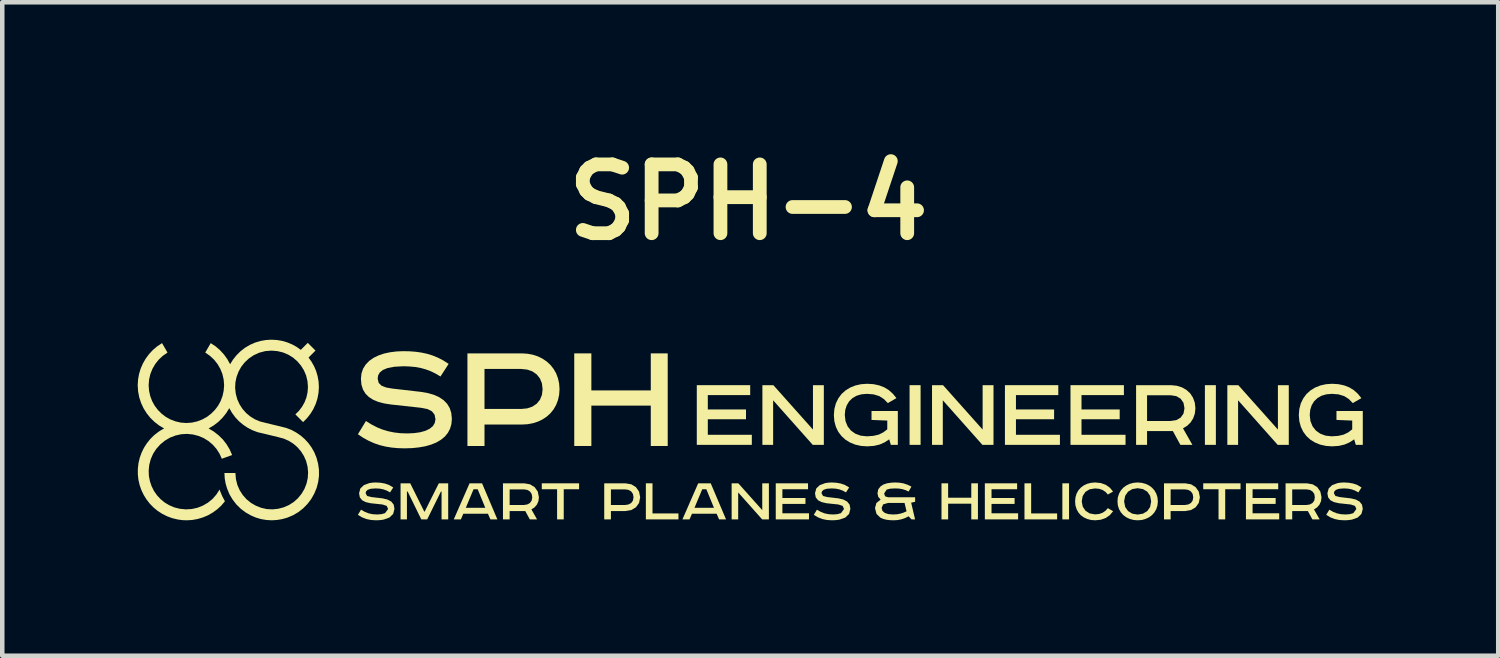
<source format=kicad_pcb>
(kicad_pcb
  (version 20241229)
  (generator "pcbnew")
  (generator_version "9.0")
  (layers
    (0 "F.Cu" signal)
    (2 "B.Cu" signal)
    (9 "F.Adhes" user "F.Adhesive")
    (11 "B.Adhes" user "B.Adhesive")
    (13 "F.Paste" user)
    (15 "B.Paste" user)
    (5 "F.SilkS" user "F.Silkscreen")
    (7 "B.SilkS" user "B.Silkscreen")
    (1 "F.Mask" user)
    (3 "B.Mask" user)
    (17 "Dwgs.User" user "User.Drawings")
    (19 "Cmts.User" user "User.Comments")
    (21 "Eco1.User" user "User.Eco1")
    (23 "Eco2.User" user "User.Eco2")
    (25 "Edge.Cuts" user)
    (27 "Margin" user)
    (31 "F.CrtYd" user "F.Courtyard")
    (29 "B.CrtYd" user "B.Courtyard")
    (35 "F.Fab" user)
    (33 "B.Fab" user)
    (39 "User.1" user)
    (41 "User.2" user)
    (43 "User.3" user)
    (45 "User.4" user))
  (footprint "SPH-4"
    (layer "F.Cu")
    (at 13.524 6.474)
    (property "Reference" "SPH-4" (at 0 -5.048 0) (layer "F.SilkS") (effects (font (size 1.524 1.524) (thickness 0.305))))
    (attr smd)
    (fp_poly (pts (xy 3.816 0.329) (xy 3.572 0.329) (xy 3.572 -0.993) (xy 3.816 -0.993) (xy 3.816 0.329)) (stroke (width 0) (type solid)) (fill yes) (layer "F.SilkS"))
    (fp_poly (pts (xy 7.104 1.98) (xy 6.956 1.98) (xy 6.956 1.181) (xy 7.104 1.181) (xy 7.104 1.98)) (stroke (width 0) (type solid)) (fill yes) (layer "F.SilkS"))
    (fp_poly (pts (xy 10.356 0.329) (xy 10.113 0.329) (xy 10.113 -0.993) (xy 10.356 -0.993) (xy 10.356 0.329)) (stroke (width 0) (type solid)) (fill yes) (layer "F.SilkS"))
    (fp_poly (pts (xy -2.122 1.181) (xy -2.122 1.848) (xy -1.547 1.848) (xy -1.547 1.98) (xy -2.269 1.98) (xy -2.269 1.181) (xy -2.122 1.181)) (stroke (width 0) (type solid)) (fill yes) (layer "F.SilkS"))
    (fp_poly (pts (xy 6.265 1.181) (xy 6.265 1.848) (xy 6.84 1.848) (xy 6.84 1.98) (xy 6.117 1.98) (xy 6.117 1.181) (xy 6.265 1.181)) (stroke (width 0) (type solid)) (fill yes) (layer "F.SilkS"))
    (fp_poly (pts (xy -3.748 1.181) (xy -3.748 1.312) (xy -4.088 1.312) (xy -4.088 1.98) (xy -4.235 1.98) (xy -4.235 1.312) (xy -4.574 1.312) (xy -4.574 1.181) (xy -3.748 1.181)) (stroke (width 0) (type solid)) (fill yes) (layer "F.SilkS"))
    (fp_poly (pts (xy 10.902 1.181) (xy 10.902 1.312) (xy 10.563 1.312) (xy 10.563 1.98) (xy 10.415 1.98) (xy 10.415 1.312) (xy 10.076 1.312) (xy 10.076 1.181) (xy 10.902 1.181)) (stroke (width 0) (type solid)) (fill yes) (layer "F.SilkS"))
    (fp_poly (pts (xy -0.221 1.181) (xy 0.309 1.775) (xy 0.309 1.181) (xy 0.456 1.181) (xy 0.456 1.98) (xy 0.307 1.98) (xy -0.224 1.383) (xy -0.224 1.98) (xy -0.369 1.98) (xy -0.369 1.181) (xy -0.221 1.181)) (stroke (width 0) (type solid)) (fill yes) (layer "F.SilkS"))
    (fp_poly (pts (xy 0.555 -0.993) (xy 1.432 -0.01) (xy 1.432 -0.993) (xy 1.673 -0.993) (xy 1.673 0.329) (xy 1.427 0.329) (xy 0.55 -0.658) (xy 0.55 0.329) (xy 0.312 0.329) (xy 0.312 -0.993) (xy 0.555 -0.993)) (stroke (width 0) (type solid)) (fill yes) (layer "F.SilkS"))
    (fp_poly (pts (xy 4.313 -0.993) (xy 5.19 -0.01) (xy 5.19 -0.993) (xy 5.431 -0.993) (xy 5.431 0.329) (xy 5.185 0.329) (xy 4.308 -0.658) (xy 4.308 0.329) (xy 4.069 0.329) (xy 4.069 -0.993) (xy 4.313 -0.993)) (stroke (width 0) (type solid)) (fill yes) (layer "F.SilkS"))
    (fp_poly (pts (xy 10.853 -0.993) (xy 11.73 -0.01) (xy 11.73 -0.993) (xy 11.971 -0.993) (xy 11.971 0.329) (xy 11.725 0.329) (xy 10.848 -0.658) (xy 10.848 0.329) (xy 10.61 0.329) (xy 10.61 -0.993) (xy 10.853 -0.993)) (stroke (width 0) (type solid)) (fill yes) (layer "F.SilkS"))
    (fp_poly (pts (xy -3.476 -1.697) (xy -3.476 -0.877) (xy -2.16 -0.877) (xy -2.16 -1.697) (xy -1.785 -1.697) (xy -1.785 0.354) (xy -2.16 0.354) (xy -2.16 -0.54) (xy -3.476 -0.54) (xy -3.476 0.354) (xy -3.855 0.354) (xy -3.855 -1.697) (xy -3.476 -1.697)) (stroke (width 0) (type solid)) (fill yes) (layer "F.SilkS"))
    (fp_poly (pts (xy 0.042 -0.993) (xy 0.042 -0.773) (xy -0.897 -0.773) (xy -0.897 -0.455) (xy -0.051 -0.455) (xy -0.051 -0.238) (xy -0.897 -0.238) (xy -0.897 0.106) (xy 0.078 0.106) (xy 0.078 0.329) (xy -1.141 0.329) (xy -1.141 -0.993) (xy 0.042 -0.993)) (stroke (width 0) (type solid)) (fill yes) (layer "F.SilkS"))
    (fp_poly (pts (xy 1.323 1.181) (xy 1.323 1.312) (xy 0.755 1.312) (xy 0.755 1.506) (xy 1.266 1.506) (xy 1.266 1.637) (xy 0.755 1.637) (xy 0.755 1.845) (xy 1.344 1.845) (xy 1.344 1.98) (xy 0.608 1.98) (xy 0.608 1.181) (xy 1.323 1.181)) (stroke (width 0) (type solid)) (fill yes) (layer "F.SilkS"))
    (fp_poly (pts (xy 4.426 1.181) (xy 4.426 1.5) (xy 4.939 1.5) (xy 4.939 1.181) (xy 5.086 1.181) (xy 5.086 1.98) (xy 4.939 1.98) (xy 4.939 1.632) (xy 4.426 1.632) (xy 4.426 1.98) (xy 4.279 1.98) (xy 4.279 1.181) (xy 4.426 1.181)) (stroke (width 0) (type solid)) (fill yes) (layer "F.SilkS"))
    (fp_poly (pts (xy 5.954 1.181) (xy 5.954 1.312) (xy 5.387 1.312) (xy 5.387 1.506) (xy 5.898 1.506) (xy 5.898 1.637) (xy 5.387 1.637) (xy 5.387 1.845) (xy 5.976 1.845) (xy 5.976 1.98) (xy 5.239 1.98) (xy 5.239 1.181) (xy 5.954 1.181)) (stroke (width 0) (type solid)) (fill yes) (layer "F.SilkS"))
    (fp_poly (pts (xy 6.866 -0.993) (xy 6.866 -0.773) (xy 5.928 -0.773) (xy 5.928 -0.455) (xy 6.773 -0.455) (xy 6.773 -0.238) (xy 5.928 -0.238) (xy 5.928 0.106) (xy 6.902 0.106) (xy 6.902 0.329) (xy 5.684 0.329) (xy 5.684 -0.993) (xy 6.866 -0.993)) (stroke (width 0) (type solid)) (fill yes) (layer "F.SilkS"))
    (fp_poly (pts (xy 8.319 -0.993) (xy 8.319 -0.773) (xy 7.38 -0.773) (xy 7.38 -0.455) (xy 8.226 -0.455) (xy 8.226 -0.238) (xy 7.38 -0.238) (xy 7.38 0.106) (xy 8.355 0.106) (xy 8.355 0.329) (xy 7.136 0.329) (xy 7.136 -0.993) (xy 8.319 -0.993)) (stroke (width 0) (type solid)) (fill yes) (layer "F.SilkS"))
    (fp_poly (pts (xy 11.737 1.181) (xy 11.737 1.312) (xy 11.169 1.312) (xy 11.169 1.506) (xy 11.68 1.506) (xy 11.68 1.637) (xy 11.169 1.637) (xy 11.169 1.845) (xy 11.759 1.845) (xy 11.759 1.98) (xy 11.022 1.98) (xy 11.022 1.181) (xy 11.737 1.181)) (stroke (width 0) (type solid)) (fill yes) (layer "F.SilkS"))
    (fp_poly (pts (xy -6.257 1.723) (xy -5.767 1.854) (xy -6.312 1.854) (xy -6.366 1.98) (xy -6.524 1.98) (xy -6.174 1.181) (xy -5.897 1.181) (xy -5.558 1.98) (xy -5.712 1.98) (xy -5.767 1.854) (xy -6.257 1.723) (xy -5.826 1.723) (xy -5.994 1.312) (xy -6.085 1.312) (xy -6.257 1.723)) (stroke (width 0) (type solid)) (fill yes) (layer "F.SilkS"))
    (fp_poly (pts (xy -1.192 1.723) (xy -0.702 1.854) (xy -1.247 1.854) (xy -1.302 1.98) (xy -1.459 1.98) (xy -1.11 1.181) (xy -0.832 1.181) (xy -0.493 1.98) (xy -0.647 1.98) (xy -0.702 1.854) (xy -1.192 1.723) (xy -0.761 1.723) (xy -0.929 1.312) (xy -1.02 1.312) (xy -1.192 1.723)) (stroke (width 0) (type solid)) (fill yes) (layer "F.SilkS"))
    (fp_poly (pts (xy -7.488 1.181) (xy -7.176 1.809) (xy -7.169 1.809) (xy -6.855 1.181) (xy -6.647 1.181) (xy -6.647 1.98) (xy -6.794 1.98) (xy -6.794 1.363) (xy -6.808 1.363) (xy -7.112 1.98) (xy -7.243 1.98) (xy -7.545 1.363) (xy -7.561 1.363) (xy -7.561 1.98) (xy -7.702 1.98) (xy -7.702 1.181) (xy -7.488 1.181) (xy -7.488 1.181)) (stroke (width 0) (type solid)) (fill yes) (layer "F.SilkS"))
    (fp_poly (pts (xy -3.043 1.661) (xy -2.489 1.712) (xy -2.592 1.773) (xy -2.721 1.795) (xy -3.043 1.795) (xy -3.043 1.98) (xy -3.191 1.98) (xy -3.191 1.181) (xy -2.72 1.181) (xy -2.592 1.203) (xy -2.489 1.266) (xy -2.42 1.364) (xy -2.395 1.49) (xy -2.42 1.616) (xy -2.489 1.712) (xy -3.043 1.661) (xy -2.727 1.661) (xy -2.653 1.649) (xy -2.593 1.616) (xy -2.555 1.562) (xy -2.542 1.49) (xy -2.555 1.417) (xy -2.593 1.362) (xy -2.653 1.327) (xy -2.727 1.315) (xy -3.043 1.315) (xy -3.043 1.661)) (stroke (width 0) (type solid)) (fill yes) (layer "F.SilkS"))
    (fp_poly (pts (xy 9.354 1.661) (xy 9.908 1.712) (xy 9.805 1.773) (xy 9.677 1.795) (xy 9.354 1.795) (xy 9.354 1.98) (xy 9.207 1.98) (xy 9.207 1.181) (xy 9.677 1.181) (xy 9.806 1.203) (xy 9.908 1.266) (xy 9.977 1.364) (xy 10.002 1.49) (xy 9.977 1.616) (xy 9.908 1.712) (xy 9.354 1.661) (xy 9.67 1.661) (xy 9.745 1.649) (xy 9.804 1.616) (xy 9.842 1.562) (xy 9.855 1.49) (xy 9.842 1.417) (xy 9.804 1.362) (xy 9.745 1.327) (xy 9.67 1.315) (xy 9.354 1.315) (xy 9.354 1.661)) (stroke (width 0) (type solid)) (fill yes) (layer "F.SilkS"))
    (fp_poly (pts (xy -5.286 1.661) (xy -4.736 1.715) (xy -4.804 1.759) (xy -4.679 1.98) (xy -4.839 1.98) (xy -4.94 1.795) (xy -5.286 1.795) (xy -5.286 1.98) (xy -5.434 1.98) (xy -5.434 1.181) (xy -4.963 1.181) (xy -4.963 1.181) (xy -4.835 1.203) (xy -4.732 1.266) (xy -4.663 1.364) (xy -4.638 1.49) (xy -4.649 1.579) (xy -4.683 1.654) (xy -4.736 1.715) (xy -5.286 1.661) (xy -4.97 1.661) (xy -4.895 1.649) (xy -4.836 1.616) (xy -4.798 1.562) (xy -4.785 1.49) (xy -4.798 1.417) (xy -4.836 1.362) (xy -4.895 1.327) (xy -4.97 1.315) (xy -5.286 1.315) (xy -5.286 1.661)) (stroke (width 0) (type solid)) (fill yes) (layer "F.SilkS"))
    (fp_poly (pts (xy 12.047 1.661) (xy 12.597 1.715) (xy 12.529 1.759) (xy 12.655 1.98) (xy 12.494 1.98) (xy 12.393 1.795) (xy 12.047 1.795) (xy 12.047 1.98) (xy 11.9 1.98) (xy 11.9 1.181) (xy 12.37 1.181) (xy 12.37 1.181) (xy 12.499 1.203) (xy 12.602 1.266) (xy 12.67 1.364) (xy 12.696 1.49) (xy 12.684 1.579) (xy 12.65 1.654) (xy 12.597 1.715) (xy 12.047 1.661) (xy 12.363 1.661) (xy 12.438 1.649) (xy 12.497 1.616) (xy 12.536 1.562) (xy 12.548 1.49) (xy 12.536 1.417) (xy 12.497 1.362) (xy 12.438 1.327) (xy 12.363 1.315) (xy 12.047 1.315) (xy 12.047 1.661)) (stroke (width 0) (type solid)) (fill yes) (layer "F.SilkS"))
    (fp_poly (pts (xy 8.832 -0.2) (xy 9.796 -0.167) (xy 9.72 -0.093) (xy 9.628 -0.037) (xy 9.836 0.329) (xy 9.57 0.329) (xy 9.403 0.023) (xy 8.832 0.023) (xy 8.832 0.329) (xy 8.589 0.329) (xy 8.589 -0.993) (xy 9.365 -0.993) (xy 9.49 -0.98) (xy 9.604 -0.945) (xy 9.704 -0.888) (xy 9.787 -0.812) (xy 9.849 -0.717) (xy 9.889 -0.607) (xy 9.903 -0.481) (xy 9.89 -0.362) (xy 9.853 -0.257) (xy 9.796 -0.167) (xy 8.832 -0.2) (xy 9.355 -0.2) (xy 9.48 -0.219) (xy 9.576 -0.274) (xy 9.639 -0.363) (xy 9.661 -0.481) (xy 9.639 -0.602) (xy 9.576 -0.693) (xy 9.48 -0.75) (xy 9.355 -0.77) (xy 8.832 -0.77) (xy 8.832 -0.2)) (stroke (width 0) (type solid)) (fill yes) (layer "F.SilkS"))
    (fp_poly (pts (xy 7.964 1.429) (xy 7.912 1.372) (xy 7.848 1.329) (xy 7.772 1.303) (xy 7.68 1.294) (xy 7.558 1.314) (xy 7.465 1.372) (xy 7.406 1.463) (xy 7.385 1.581) (xy 7.407 1.697) (xy 7.468 1.788) (xy 7.561 1.848) (xy 7.68 1.869) (xy 7.771 1.86) (xy 7.847 1.833) (xy 7.91 1.79) (xy 7.964 1.731) (xy 8.08 1.799) (xy 8.008 1.885) (xy 7.918 1.948) (xy 7.81 1.987) (xy 7.683 2) (xy 7.591 1.993) (xy 7.507 1.971) (xy 7.431 1.936) (xy 7.365 1.888) (xy 7.312 1.828) (xy 7.272 1.756) (xy 7.246 1.673) (xy 7.238 1.581) (xy 7.247 1.489) (xy 7.272 1.406) (xy 7.313 1.334) (xy 7.367 1.274) (xy 7.432 1.226) (xy 7.508 1.191) (xy 7.592 1.17) (xy 7.683 1.162) (xy 7.809 1.175) (xy 7.918 1.214) (xy 8.007 1.277) (xy 8.079 1.363) (xy 7.964 1.429) (xy 7.964 1.429)) (stroke (width 0) (type solid)) (fill yes) (layer "F.SilkS"))
    (fp_poly (pts (xy -5.843 -0.466) (xy -4.313 -0.457) (xy -4.382 -0.371) (xy -4.464 -0.297) (xy -4.557 -0.235) (xy -4.659 -0.186) (xy -4.771 -0.15) (xy -4.89 -0.128) (xy -5.016 -0.121) (xy -5.843 -0.121) (xy -5.843 0.354) (xy -6.221 0.354) (xy -6.221 -1.697) (xy -5.016 -1.697) (xy -4.89 -1.689) (xy -4.771 -1.667) (xy -4.659 -1.63) (xy -4.557 -1.579) (xy -4.464 -1.516) (xy -4.382 -1.441) (xy -4.313 -1.353) (xy -4.257 -1.256) (xy -4.216 -1.147) (xy -4.19 -1.03) (xy -4.181 -0.903) (xy -4.19 -0.777) (xy -4.216 -0.661) (xy -4.257 -0.554) (xy -4.313 -0.457) (xy -5.843 -0.466) (xy -5.03 -0.466) (xy -4.897 -0.479) (xy -4.782 -0.518) (xy -4.687 -0.582) (xy -4.616 -0.668) (xy -4.571 -0.776) (xy -4.556 -0.903) (xy -4.571 -1.033) (xy -4.616 -1.143) (xy -4.687 -1.232) (xy -4.782 -1.298) (xy -4.897 -1.338) (xy -5.03 -1.352) (xy -5.843 -1.352) (xy -5.843 -0.466)) (stroke (width 0) (type solid)) (fill yes) (layer "F.SilkS"))
    (fp_poly (pts (xy -7.935 1.382) (xy -8.008 1.342) (xy -8.082 1.315) (xy -8.162 1.299) (xy -8.254 1.294) (xy -8.364 1.302) (xy -8.432 1.326) (xy -8.466 1.36) (xy -8.476 1.4) (xy -8.442 1.462) (xy -8.351 1.485) (xy -8.102 1.514) (xy -7.992 1.54) (xy -7.907 1.586) (xy -7.854 1.653) (xy -7.837 1.746) (xy -7.866 1.859) (xy -7.949 1.939) (xy -8.078 1.985) (xy -8.157 1.996) (xy -8.243 2) (xy -8.356 1.993) (xy -8.458 1.972) (xy -8.554 1.935) (xy -8.647 1.879) (xy -8.578 1.765) (xy -8.494 1.813) (xy -8.41 1.846) (xy -8.321 1.865) (xy -8.221 1.871) (xy -8.123 1.864) (xy -8.045 1.841) (xy -7.978 1.749) (xy -8.009 1.681) (xy -8.102 1.65) (xy -8.365 1.622) (xy -8.471 1.598) (xy -8.552 1.557) (xy -8.604 1.493) (xy -8.621 1.401) (xy -8.592 1.294) (xy -8.513 1.22) (xy -8.396 1.177) (xy -8.327 1.166) (xy -8.254 1.162) (xy -8.149 1.168) (xy -8.051 1.185) (xy -7.957 1.218) (xy -7.864 1.273) (xy -7.935 1.382) (xy -7.935 1.382)) (stroke (width 0) (type solid)) (fill yes) (layer "F.SilkS"))
    (fp_poly (pts (xy 2.163 1.382) (xy 2.09 1.342) (xy 2.016 1.315) (xy 1.936 1.299) (xy 1.844 1.294) (xy 1.734 1.302) (xy 1.666 1.326) (xy 1.632 1.36) (xy 1.621 1.4) (xy 1.656 1.462) (xy 1.747 1.485) (xy 1.996 1.514) (xy 2.106 1.54) (xy 2.19 1.586) (xy 2.244 1.653) (xy 2.261 1.746) (xy 2.232 1.859) (xy 2.149 1.939) (xy 2.02 1.985) (xy 1.941 1.996) (xy 1.855 2) (xy 1.742 1.993) (xy 1.639 1.972) (xy 1.544 1.935) (xy 1.451 1.879) (xy 1.52 1.765) (xy 1.604 1.813) (xy 1.688 1.846) (xy 1.777 1.865) (xy 1.877 1.871) (xy 1.975 1.864) (xy 2.053 1.841) (xy 2.12 1.749) (xy 2.089 1.681) (xy 1.996 1.65) (xy 1.733 1.622) (xy 1.627 1.598) (xy 1.546 1.557) (xy 1.494 1.493) (xy 1.477 1.401) (xy 1.506 1.294) (xy 1.585 1.22) (xy 1.702 1.177) (xy 1.771 1.166) (xy 1.844 1.162) (xy 1.949 1.168) (xy 2.047 1.185) (xy 2.141 1.218) (xy 2.234 1.273) (xy 2.163 1.382) (xy 2.163 1.382)) (stroke (width 0) (type solid)) (fill yes) (layer "F.SilkS"))
    (fp_poly (pts (xy 8.324 1.581) (xy 8.373 1.934) (xy 8.307 1.886) (xy 8.253 1.825) (xy 8.212 1.754) (xy 8.185 1.672) (xy 8.177 1.581) (xy 8.185 1.49) (xy 8.212 1.409) (xy 8.253 1.337) (xy 8.307 1.276) (xy 8.373 1.228) (xy 8.449 1.192) (xy 8.534 1.17) (xy 8.624 1.162) (xy 8.714 1.17) (xy 8.798 1.192) (xy 8.875 1.228) (xy 8.94 1.276) (xy 8.995 1.337) (xy 9.036 1.409) (xy 9.062 1.49) (xy 9.071 1.581) (xy 9.062 1.672) (xy 9.036 1.754) (xy 8.995 1.825) (xy 8.94 1.886) (xy 8.875 1.934) (xy 8.798 1.97) (xy 8.714 1.993) (xy 8.624 2) (xy 8.534 1.993) (xy 8.449 1.97) (xy 8.373 1.934) (xy 8.324 1.581) (xy 8.347 1.705) (xy 8.411 1.796) (xy 8.505 1.853) (xy 8.623 1.873) (xy 8.742 1.853) (xy 8.837 1.796) (xy 8.9 1.705) (xy 8.923 1.581) (xy 8.9 1.458) (xy 8.837 1.366) (xy 8.742 1.309) (xy 8.623 1.289) (xy 8.505 1.309) (xy 8.411 1.366) (xy 8.347 1.458) (xy 8.324 1.581)) (stroke (width 0) (type solid)) (fill yes) (layer "F.SilkS"))
    (fp_poly (pts (xy 13.512 1.382) (xy 13.439 1.342) (xy 13.365 1.315) (xy 13.285 1.299) (xy 13.193 1.294) (xy 13.083 1.302) (xy 13.015 1.326) (xy 12.98 1.36) (xy 12.97 1.4) (xy 13.005 1.462) (xy 13.096 1.485) (xy 13.344 1.514) (xy 13.455 1.54) (xy 13.539 1.586) (xy 13.592 1.653) (xy 13.61 1.746) (xy 13.58 1.859) (xy 13.497 1.939) (xy 13.369 1.985) (xy 13.29 1.996) (xy 13.204 2) (xy 13.09 1.993) (xy 12.988 1.972) (xy 12.893 1.935) (xy 12.8 1.879) (xy 12.869 1.765) (xy 12.953 1.813) (xy 13.037 1.846) (xy 13.126 1.865) (xy 13.226 1.871) (xy 13.324 1.864) (xy 13.401 1.841) (xy 13.468 1.749) (xy 13.437 1.681) (xy 13.344 1.65) (xy 13.081 1.622) (xy 12.975 1.598) (xy 12.894 1.557) (xy 12.843 1.493) (xy 12.826 1.401) (xy 12.855 1.294) (xy 12.933 1.22) (xy 13.05 1.177) (xy 13.119 1.166) (xy 13.193 1.162) (xy 13.297 1.168) (xy 13.396 1.185) (xy 13.49 1.218) (xy 13.582 1.273) (xy 13.512 1.382) (xy 13.512 1.382)) (stroke (width 0) (type solid)) (fill yes) (layer "F.SilkS"))
    (fp_poly (pts (xy 3.207 1.871) (xy 3.55 1.912) (xy 3.469 1.952) (xy 3.388 1.979) (xy 3.303 1.995) (xy 3.215 2) (xy 3.137 1.997) (xy 3.061 1.988) (xy 2.99 1.97) (xy 2.926 1.942) (xy 2.84 1.86) (xy 2.806 1.73) (xy 2.837 1.617) (xy 2.931 1.541) (xy 2.879 1.482) (xy 2.861 1.402) (xy 2.879 1.312) (xy 2.929 1.249) (xy 2.995 1.206) (xy 3.075 1.18) (xy 3.163 1.167) (xy 3.249 1.162) (xy 3.347 1.167) (xy 3.437 1.182) (xy 3.523 1.211) (xy 3.613 1.254) (xy 3.551 1.363) (xy 3.481 1.331) (xy 3.411 1.31) (xy 3.334 1.297) (xy 3.246 1.294) (xy 3.139 1.3) (xy 3.065 1.32) (xy 3.008 1.406) (xy 3.03 1.469) (xy 3.096 1.49) (xy 3.695 1.49) (xy 3.695 1.59) (xy 3.695 1.59) (xy 3.607 1.61) (xy 3.694 1.98) (xy 3.615 1.98) (xy 3.55 1.912) (xy 3.207 1.871) (xy 3.288 1.867) (xy 3.363 1.854) (xy 3.434 1.832) (xy 3.505 1.801) (xy 3.461 1.616) (xy 3.093 1.616) (xy 2.988 1.646) (xy 2.953 1.724) (xy 2.97 1.79) (xy 3.022 1.836) (xy 3.102 1.863) (xy 3.207 1.871) (xy 3.207 1.871)) (stroke (width 0) (type solid)) (fill yes) (layer "F.SilkS"))
    (fp_poly (pts (xy 3.312 -0.421) (xy 3.312 0.329) (xy 3.157 0.329) (xy 3.121 0.207) (xy 3.02 0.273) (xy 2.909 0.322) (xy 2.781 0.352) (xy 2.631 0.362) (xy 2.495 0.352) (xy 2.369 0.324) (xy 2.253 0.277) (xy 2.151 0.214) (xy 2.064 0.134) (xy 1.992 0.039) (xy 1.939 -0.071) (xy 1.906 -0.194) (xy 1.895 -0.331) (xy 1.907 -0.468) (xy 1.94 -0.592) (xy 1.994 -0.701) (xy 2.065 -0.797) (xy 2.153 -0.876) (xy 2.256 -0.94) (xy 2.371 -0.986) (xy 2.496 -1.014) (xy 2.631 -1.024) (xy 2.773 -1.015) (xy 2.9 -0.988) (xy 3.013 -0.944) (xy 3.114 -0.882) (xy 3.203 -0.802) (xy 3.281 -0.706) (xy 3.09 -0.596) (xy 3.002 -0.686) (xy 2.9 -0.751) (xy 2.776 -0.789) (xy 2.624 -0.801) (xy 2.504 -0.79) (xy 2.398 -0.759) (xy 2.308 -0.707) (xy 2.235 -0.637) (xy 2.182 -0.55) (xy 2.148 -0.448) (xy 2.137 -0.331) (xy 2.153 -0.197) (xy 2.199 -0.082) (xy 2.272 0.011) (xy 2.369 0.081) (xy 2.488 0.125) (xy 2.624 0.14) (xy 2.769 0.13) (xy 2.889 0.102) (xy 2.989 0.053) (xy 3.078 -0.015) (xy 3.078 -0.209) (xy 2.729 -0.223) (xy 2.729 -0.421) (xy 3.312 -0.421) (xy 3.312 -0.421)) (stroke (width 0) (type solid)) (fill yes) (layer "F.SilkS"))
    (fp_poly (pts (xy 13.61 -0.421) (xy 13.61 0.329) (xy 13.455 0.329) (xy 13.419 0.207) (xy 13.318 0.273) (xy 13.207 0.322) (xy 13.079 0.352) (xy 12.929 0.362) (xy 12.793 0.352) (xy 12.667 0.324) (xy 12.551 0.277) (xy 12.449 0.214) (xy 12.362 0.134) (xy 12.291 0.039) (xy 12.238 -0.071) (xy 12.205 -0.194) (xy 12.193 -0.331) (xy 12.205 -0.468) (xy 12.238 -0.592) (xy 12.292 -0.701) (xy 12.363 -0.797) (xy 12.451 -0.876) (xy 12.554 -0.94) (xy 12.669 -0.986) (xy 12.794 -1.014) (xy 12.929 -1.024) (xy 13.071 -1.015) (xy 13.198 -0.988) (xy 13.311 -0.944) (xy 13.412 -0.882) (xy 13.501 -0.802) (xy 13.579 -0.706) (xy 13.388 -0.596) (xy 13.3 -0.686) (xy 13.198 -0.751) (xy 13.074 -0.789) (xy 12.922 -0.801) (xy 12.802 -0.79) (xy 12.696 -0.759) (xy 12.606 -0.707) (xy 12.533 -0.637) (xy 12.479 -0.55) (xy 12.446 -0.448) (xy 12.435 -0.331) (xy 12.451 -0.197) (xy 12.497 -0.082) (xy 12.57 0.011) (xy 12.667 0.081) (xy 12.785 0.125) (xy 12.922 0.14) (xy 13.067 0.13) (xy 13.187 0.102) (xy 13.288 0.053) (xy 13.376 -0.015) (xy 13.376 -0.209) (xy 13.027 -0.223) (xy 13.027 -0.421) (xy 13.61 -0.421) (xy 13.61 -0.421)) (stroke (width 0) (type solid)) (fill yes) (layer "F.SilkS"))
    (fp_poly (pts (xy -6.818 -1.185) (xy -6.923 -1.248) (xy -7.03 -1.3) (xy -7.139 -1.341) (xy -7.252 -1.373) (xy -7.372 -1.395) (xy -7.5 -1.407) (xy -7.638 -1.412) (xy -7.839 -1.401) (xy -7.989 -1.373) (xy -8.095 -1.329) (xy -8.163 -1.273) (xy -8.199 -1.208) (xy -8.209 -1.137) (xy -8.186 -1.042) (xy -8.12 -0.979) (xy -8.019 -0.941) (xy -7.887 -0.918) (xy -7.248 -0.844) (xy -7.098 -0.818) (xy -6.963 -0.779) (xy -6.847 -0.727) (xy -6.749 -0.661) (xy -6.67 -0.58) (xy -6.613 -0.485) (xy -6.578 -0.374) (xy -6.566 -0.247) (xy -6.576 -0.131) (xy -6.607 -0.026) (xy -6.656 0.066) (xy -6.724 0.148) (xy -6.808 0.217) (xy -6.908 0.276) (xy -7.023 0.323) (xy -7.152 0.36) (xy -7.293 0.385) (xy -7.445 0.401) (xy -7.608 0.406) (xy -7.758 0.402) (xy -7.9 0.389) (xy -8.035 0.367) (xy -8.164 0.335) (xy -8.289 0.292) (xy -8.41 0.238) (xy -8.529 0.173) (xy -8.647 0.094) (xy -8.469 -0.199) (xy -8.347 -0.123) (xy -8.225 -0.06) (xy -8.102 -0.01) (xy -7.974 0.028) (xy -7.842 0.055) (xy -7.702 0.071) (xy -7.553 0.076) (xy -7.401 0.069) (xy -7.267 0.05) (xy -7.152 0.018) (xy -7.058 -0.027) (xy -6.988 -0.084) (xy -6.945 -0.155) (xy -6.929 -0.239) (xy -6.949 -0.34) (xy -7.007 -0.414) (xy -7.106 -0.464) (xy -7.248 -0.492) (xy -7.924 -0.566) (xy -8.068 -0.589) (xy -8.197 -0.623) (xy -8.309 -0.67) (xy -8.404 -0.73) (xy -8.479 -0.805) (xy -8.535 -0.897) (xy -8.569 -1.006) (xy -8.58 -1.133) (xy -8.568 -1.252) (xy -8.532 -1.358) (xy -8.474 -1.45) (xy -8.397 -1.53) (xy -8.303 -1.597) (xy -8.192 -1.651) (xy -8.069 -1.693) (xy -7.934 -1.722) (xy -7.79 -1.74) (xy -7.638 -1.746) (xy -7.501 -1.743) (xy -7.369 -1.733) (xy -7.241 -1.715) (xy -7.116 -1.688) (xy -6.994 -1.651) (xy -6.874 -1.602) (xy -6.755 -1.54) (xy -6.637 -1.464) (xy -6.818 -1.185)) (stroke (width 0) (type solid)) (fill yes) (layer "F.SilkS"))
    (fp_poly (pts (xy -9.566 0.608) (xy -9.613 0.494) (xy -9.673 0.387) (xy -9.744 0.289) (xy -9.826 0.2) (xy -9.916 0.122) (xy -10.016 0.054) (xy -10.122 -0.003) (xy -10.235 -0.046) (xy -10.353 -0.076) (xy -10.693 -0.158) (xy -10.7 -0.16) (xy -10.818 -0.19) (xy -10.929 -0.237) (xy -11.031 -0.3) (xy -11.122 -0.376) (xy -11.202 -0.466) (xy -11.267 -0.567) (xy -11.318 -0.678) (xy -11.352 -0.804) (xy -11.366 -0.931) (xy -11.36 -1.056) (xy -11.334 -1.178) (xy -11.29 -1.294) (xy -11.23 -1.402) (xy -11.153 -1.499) (xy -11.061 -1.585) (xy -10.955 -1.656) (xy -10.836 -1.711) (xy -10.7 -1.747) (xy -10.564 -1.758) (xy -10.564 -1.758) (xy -10.558 -1.758) (xy -10.428 -1.747) (xy -10.304 -1.717) (xy -10.188 -1.668) (xy -10.083 -1.603) (xy -9.989 -1.522) (xy -9.909 -1.428) (xy -9.843 -1.323) (xy -9.794 -1.208) (xy -9.764 -1.084) (xy -9.753 -0.954) (xy -9.762 -0.835) (xy -9.787 -0.721) (xy -9.828 -0.614) (xy -9.884 -0.515) (xy -9.952 -0.425) (xy -10.032 -0.346) (xy -9.861 -0.175) (xy -9.774 -0.262) (xy -9.698 -0.359) (xy -9.633 -0.465) (xy -9.581 -0.578) (xy -9.543 -0.697) (xy -9.519 -0.823) (xy -9.511 -0.954) (xy -9.518 -1.075) (xy -9.539 -1.192) (xy -9.572 -1.305) (xy -9.617 -1.411) (xy -9.674 -1.512) (xy -9.74 -1.605) (xy -9.586 -1.759) (xy -9.757 -1.93) (xy -9.912 -1.775) (xy -10.004 -1.841) (xy -10.104 -1.896) (xy -10.21 -1.94) (xy -10.321 -1.973) (xy -10.438 -1.993) (xy -10.558 -2) (xy -10.564 -2) (xy -10.564 -2) (xy -10.682 -1.993) (xy -10.801 -1.973) (xy -10.919 -1.938) (xy -11.038 -1.886) (xy -11.148 -1.821) (xy -11.247 -1.744) (xy -11.335 -1.657) (xy -11.412 -1.561) (xy -11.477 -1.457) (xy -11.539 -1.569) (xy -11.614 -1.673) (xy -11.701 -1.768) (xy -11.798 -1.852) (xy -11.907 -1.924) (xy -12.028 -1.715) (xy -11.924 -1.643) (xy -11.833 -1.558) (xy -11.756 -1.461) (xy -11.694 -1.354) (xy -11.648 -1.239) (xy -11.62 -1.117) (xy -11.61 -0.991) (xy -11.62 -0.868) (xy -11.646 -0.75) (xy -11.688 -0.639) (xy -11.745 -0.536) (xy -11.816 -0.443) (xy -11.898 -0.361) (xy -11.991 -0.29) (xy -12.094 -0.233) (xy -12.205 -0.191) (xy -12.323 -0.164) (xy -12.446 -0.155) (xy -12.569 -0.164) (xy -12.687 -0.191) (xy -12.798 -0.233) (xy -12.901 -0.29) (xy -12.994 -0.361) (xy -13.076 -0.443) (xy -13.147 -0.536) (xy -13.204 -0.639) (xy -13.246 -0.75) (xy -13.272 -0.868) (xy -13.282 -0.991) (xy -13.272 -1.117) (xy -13.244 -1.239) (xy -13.198 -1.354) (xy -13.136 -1.461) (xy -13.059 -1.558) (xy -12.968 -1.643) (xy -12.864 -1.715) (xy -12.985 -1.924) (xy -13.091 -1.854) (xy -13.187 -1.773) (xy -13.272 -1.682) (xy -13.346 -1.582) (xy -13.408 -1.475) (xy -13.458 -1.361) (xy -13.494 -1.241) (xy -13.516 -1.118) (xy -13.524 -0.991) (xy -13.515 -0.855) (xy -13.49 -0.723) (xy -13.449 -0.598) (xy -13.394 -0.48) (xy -13.325 -0.37) (xy -13.245 -0.27) (xy -13.153 -0.18) (xy -13.051 -0.101) (xy -12.939 -0.034) (xy -13.002 0.000375) (xy -13.064 0.04) (xy -13.16 0.115) (xy -13.246 0.2) (xy -13.321 0.294) (xy -13.386 0.395) (xy -13.438 0.502) (xy -13.479 0.616) (xy -13.507 0.735) (xy -13.521 0.86) (xy -13.521 0.983) (xy -13.508 1.104) (xy -13.481 1.22) (xy -13.442 1.333) (xy -13.39 1.44) (xy -13.328 1.54) (xy -13.255 1.633) (xy -13.172 1.718) (xy -13.08 1.793) (xy -12.979 1.858) (xy -12.871 1.912) (xy -12.755 1.954) (xy -12.633 1.983) (xy -12.537 1.996) (xy -12.443 2) (xy -12.318 1.993) (xy -12.196 1.971) (xy -12.079 1.936) (xy -11.967 1.889) (xy -11.861 1.828) (xy -11.762 1.756) (xy -11.672 1.673) (xy -11.592 1.579) (xy -11.652 1.466) (xy -11.701 1.347) (xy -11.71 1.318) (xy -11.782 1.43) (xy -11.868 1.528) (xy -11.968 1.609) (xy -12.079 1.674) (xy -12.199 1.722) (xy -12.325 1.75) (xy -12.457 1.758) (xy -12.591 1.745) (xy -12.711 1.715) (xy -12.822 1.668) (xy -12.924 1.608) (xy -13.015 1.534) (xy -13.095 1.448) (xy -13.162 1.353) (xy -13.215 1.248) (xy -13.253 1.137) (xy -13.276 1.021) (xy -13.281 0.9) (xy -13.269 0.777) (xy -13.236 0.649) (xy -13.184 0.529) (xy -13.114 0.42) (xy -13.027 0.322) (xy -12.925 0.238) (xy -12.811 0.17) (xy -12.69 0.123) (xy -12.563 0.094) (xy -12.432 0.086) (xy -12.301 0.099) (xy -12.178 0.131) (xy -12.063 0.179) (xy -11.958 0.244) (xy -11.863 0.324) (xy -11.781 0.417) (xy -11.713 0.522) (xy -11.661 0.637) (xy -11.433 0.554) (xy -11.488 0.429) (xy -11.557 0.314) (xy -11.639 0.209) (xy -11.734 0.116) (xy -11.839 0.034) (xy -11.954 -0.034) (xy -11.841 -0.101) (xy -11.738 -0.18) (xy -11.646 -0.271) (xy -11.564 -0.373) (xy -11.496 -0.484) (xy -11.435 -0.379) (xy -11.363 -0.281) (xy -11.28 -0.193) (xy -11.188 -0.116) (xy -11.088 -0.049) (xy -10.98 0.006) (xy -10.866 0.049) (xy -10.746 0.077) (xy -10.404 0.16) (xy -10.286 0.192) (xy -10.176 0.241) (xy -10.075 0.305) (xy -9.985 0.383) (xy -9.907 0.474) (xy -9.843 0.576) (xy -9.794 0.687) (xy -9.762 0.811) (xy -9.75 0.936) (xy -9.757 1.061) (xy -9.784 1.184) (xy -9.83 1.303) (xy -9.895 1.413) (xy -9.975 1.511) (xy -10.068 1.594) (xy -10.174 1.662) (xy -10.291 1.713) (xy -10.415 1.745) (xy -10.54 1.758) (xy -10.665 1.751) (xy -10.788 1.724) (xy -10.907 1.677) (xy -11.017 1.613) (xy -11.115 1.533) (xy -11.198 1.439) (xy -11.266 1.333) (xy -11.317 1.216) (xy -11.349 1.085) (xy -11.36 0.953) (xy -11.603 0.953) (xy -11.597 1.068) (xy -11.578 1.182) (xy -11.545 1.295) (xy -11.492 1.423) (xy -11.422 1.541) (xy -11.339 1.648) (xy -11.242 1.744) (xy -11.133 1.826) (xy -11.012 1.895) (xy -10.902 1.941) (xy -10.789 1.974) (xy -10.673 1.993) (xy -10.557 2) (xy -10.441 1.993) (xy -10.326 1.974) (xy -10.212 1.942) (xy -10.084 1.888) (xy -9.966 1.819) (xy -9.859 1.735) (xy -9.764 1.638) (xy -9.681 1.529) (xy -9.613 1.408) (xy -9.56 1.28) (xy -9.526 1.148) (xy -9.509 1.013) (xy -9.51 0.877) (xy -9.529 0.742) (xy -9.566 0.608) (xy -9.566 0.608)) (stroke (width 0) (type solid)) (fill yes) (layer "F.SilkS")))
  (gr_rect
    (start -3 -3)
    (end 30.134 11.474)
    (stroke (width 0.1) (type default))
    (fill no)
    (layer "Edge.Cuts")))
</source>
